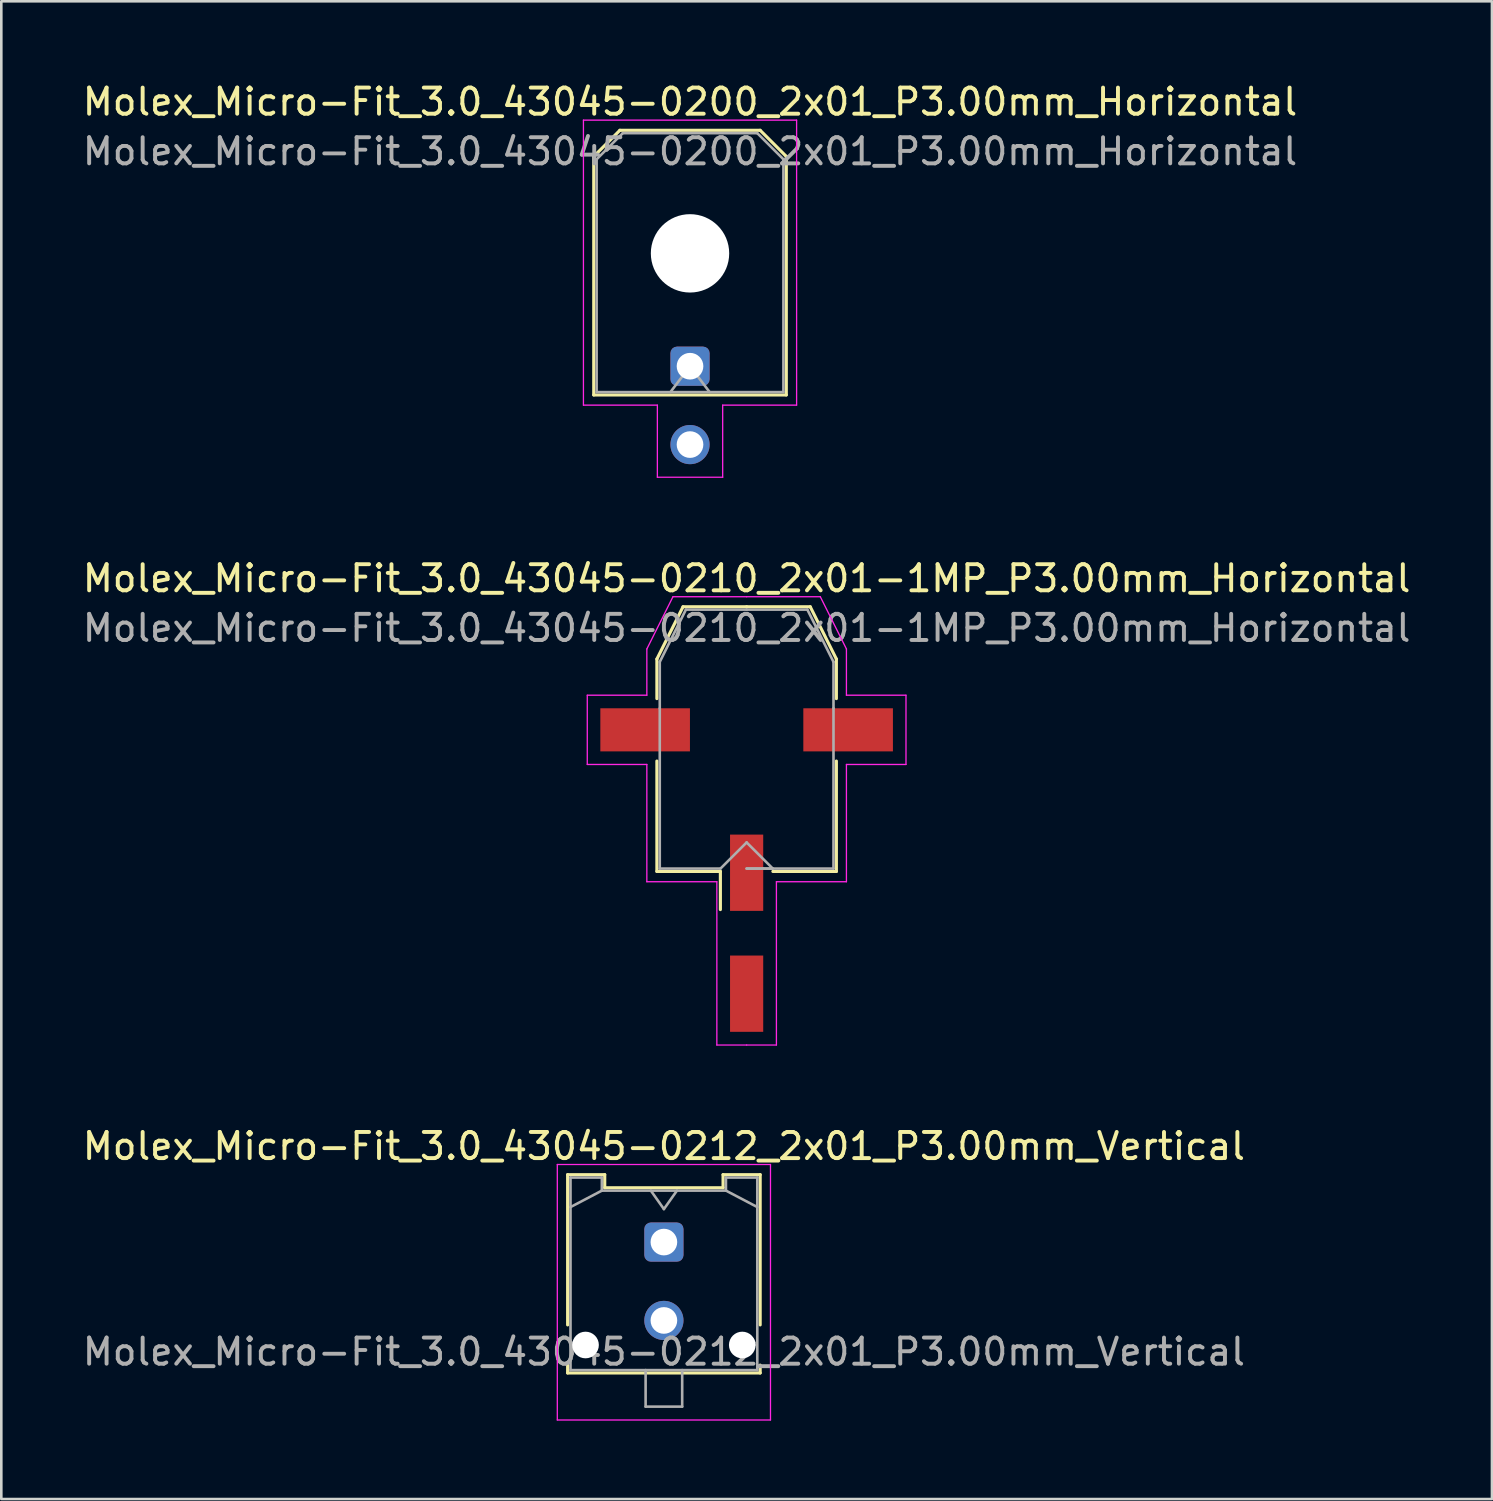
<source format=kicad_pcb>
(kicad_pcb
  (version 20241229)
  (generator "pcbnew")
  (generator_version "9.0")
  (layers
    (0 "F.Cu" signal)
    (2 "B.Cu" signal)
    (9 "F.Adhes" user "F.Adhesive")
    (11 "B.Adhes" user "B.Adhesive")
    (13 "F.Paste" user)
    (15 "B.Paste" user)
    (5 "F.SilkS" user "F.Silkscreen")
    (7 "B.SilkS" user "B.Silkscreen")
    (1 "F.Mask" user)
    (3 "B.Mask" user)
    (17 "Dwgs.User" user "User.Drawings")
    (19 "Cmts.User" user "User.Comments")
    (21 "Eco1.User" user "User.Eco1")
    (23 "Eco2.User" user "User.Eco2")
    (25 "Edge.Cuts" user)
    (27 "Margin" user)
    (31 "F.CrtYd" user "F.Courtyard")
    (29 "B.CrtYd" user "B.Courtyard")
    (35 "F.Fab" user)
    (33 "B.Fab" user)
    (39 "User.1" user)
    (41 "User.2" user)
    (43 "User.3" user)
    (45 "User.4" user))
  (footprint "Molex_Micro-Fit_3.0_43045-0200_2x01_P3.00mm_Horizontal"
    (layer "F.Cu")
    (at 23.363 10.968)
    (property "Reference" "Molex_Micro-Fit_3.0_43045-0200_2x01_P3.00mm_Horizontal" (at 0 -10.12 0) (layer "F.SilkS") (effects (font (size 1 1) (thickness 0.15))))
    (attr through_hole)
    (fp_line (start -3.685 -8.03) (end -2.685 -9.03) (stroke (width 0.12) (type solid)) (layer "F.SilkS"))
    (fp_line (start -3.685 1.1) (end -3.685 -8.03) (stroke (width 0.12) (type solid)) (layer "F.SilkS"))
    (fp_line (start -2.685 -9.03) (end 2.685 -9.03) (stroke (width 0.12) (type solid)) (layer "F.SilkS"))
    (fp_line (start 2.685 -9.03) (end 3.685 -8.03) (stroke (width 0.12) (type solid)) (layer "F.SilkS"))
    (fp_line (start 3.685 -8.03) (end 3.685 1.1) (stroke (width 0.12) (type solid)) (layer "F.SilkS"))
    (fp_line (start 3.685 1.1) (end -3.685 1.1) (stroke (width 0.12) (type solid)) (layer "F.SilkS"))
    (fp_line (start -4.08 -9.42) (end 4.08 -9.42) (stroke (width 0.05) (type solid)) (layer "F.CrtYd"))
    (fp_line (start -4.08 1.49) (end -4.08 -9.42) (stroke (width 0.05) (type solid)) (layer "F.CrtYd"))
    (fp_line (start -1.25 1.49) (end -4.08 1.49) (stroke (width 0.05) (type solid)) (layer "F.CrtYd"))
    (fp_line (start -1.25 4.25) (end -1.25 1.49) (stroke (width 0.05) (type solid)) (layer "F.CrtYd"))
    (fp_line (start 1.25 1.49) (end 1.25 4.25) (stroke (width 0.05) (type solid)) (layer "F.CrtYd"))
    (fp_line (start 1.25 4.25) (end -1.25 4.25) (stroke (width 0.05) (type solid)) (layer "F.CrtYd"))
    (fp_line (start 4.08 -9.42) (end 4.08 1.49) (stroke (width 0.05) (type solid)) (layer "F.CrtYd"))
    (fp_line (start 4.08 1.49) (end 1.25 1.49) (stroke (width 0.05) (type solid)) (layer "F.CrtYd"))
    (fp_line (start -3.575 -7.92) (end -2.575 -8.92) (stroke (width 0.1) (type solid)) (layer "F.Fab"))
    (fp_line (start -3.575 0.99) (end -3.575 -7.92) (stroke (width 0.1) (type solid)) (layer "F.Fab"))
    (fp_line (start -2.575 -8.92) (end 2.575 -8.92) (stroke (width 0.1) (type solid)) (layer "F.Fab"))
    (fp_line (start -0.75 0.99) (end 0 0) (stroke (width 0.1) (type solid)) (layer "F.Fab"))
    (fp_line (start 0 0) (end 0.75 0.99) (stroke (width 0.1) (type solid)) (layer "F.Fab"))
    (fp_line (start 2.575 -8.92) (end 3.575 -7.92) (stroke (width 0.1) (type solid)) (layer "F.Fab"))
    (fp_line (start 3.575 -7.92) (end 3.575 0.99) (stroke (width 0.1) (type solid)) (layer "F.Fab"))
    (fp_line (start 3.575 0.99) (end -3.575 0.99) (stroke (width 0.1) (type solid)) (layer "F.Fab"))
    (fp_text user "${REFERENCE}" (at 0 -8.22 0) (layer "F.Fab") (effects (font (size 1 1) (thickness 0.15))))
    (pad "" np_thru_hole circle (at 0 -4.32) (size 3 3) (drill 3) (layers "*.Cu" "*.Mask"))
    (pad "1" thru_hole roundrect (at 0 0) (size 1.5 1.5) (drill 1.02) (layers "*.Cu" "*.Mask") (roundrect_rratio 0.167))
    (pad "2" thru_hole circle (at 0 3) (size 1.5 1.5) (drill 1.02) (layers "*.Cu" "*.Mask")))
  (footprint "Molex_Micro-Fit_3.0_43045-0210_2x01-1MP_P3.00mm_Horizontal"
    (layer "F.Cu")
    (at 25.53 32.672)
    (property "Reference" "Molex_Micro-Fit_3.0_43045-0210_2x01-1MP_P3.00mm_Horizontal" (at 0 -13.58 0) (layer "F.SilkS") (effects (font (size 1 1) (thickness 0.15))))
    (attr smd)
    (fp_line (start -3.435 -10.495) (end -3.435 -8.98) (stroke (width 0.12) (type solid)) (layer "F.SilkS"))
    (fp_line (start -3.435 -6.59) (end -3.435 -2.365) (stroke (width 0.12) (type solid)) (layer "F.SilkS"))
    (fp_line (start -3.435 -2.365) (end -1.005 -2.365) (stroke (width 0.12) (type solid)) (layer "F.SilkS"))
    (fp_line (start -2.435 -12.495) (end -3.435 -10.495) (stroke (width 0.12) (type solid)) (layer "F.SilkS"))
    (fp_line (start -1.005 -2.365) (end -1.005 -0.905) (stroke (width 0.12) (type solid)) (layer "F.SilkS"))
    (fp_line (start 0 -12.495) (end -2.435 -12.495) (stroke (width 0.12) (type solid)) (layer "F.SilkS"))
    (fp_line (start 0 -12.495) (end 2.435 -12.495) (stroke (width 0.12) (type solid)) (layer "F.SilkS"))
    (fp_line (start 2.435 -12.495) (end 3.435 -10.495) (stroke (width 0.12) (type solid)) (layer "F.SilkS"))
    (fp_line (start 3.435 -10.495) (end 3.435 -8.98) (stroke (width 0.12) (type solid)) (layer "F.SilkS"))
    (fp_line (start 3.435 -6.59) (end 3.435 -2.365) (stroke (width 0.12) (type solid)) (layer "F.SilkS"))
    (fp_line (start 3.435 -2.365) (end 1.005 -2.365) (stroke (width 0.12) (type solid)) (layer "F.SilkS"))
    (fp_line (start -6.1 -9.11) (end -6.1 -6.46) (stroke (width 0.05) (type solid)) (layer "F.CrtYd"))
    (fp_line (start -6.1 -6.46) (end -3.82 -6.46) (stroke (width 0.05) (type solid)) (layer "F.CrtYd"))
    (fp_line (start -3.82 -10.88) (end -3.82 -9.11) (stroke (width 0.05) (type solid)) (layer "F.CrtYd"))
    (fp_line (start -3.82 -9.11) (end -6.1 -9.11) (stroke (width 0.05) (type solid)) (layer "F.CrtYd"))
    (fp_line (start -3.82 -6.46) (end -3.82 -1.97) (stroke (width 0.05) (type solid)) (layer "F.CrtYd"))
    (fp_line (start -3.82 -1.97) (end -1.14 -1.97) (stroke (width 0.05) (type solid)) (layer "F.CrtYd"))
    (fp_line (start -2.82 -12.88) (end -3.82 -10.88) (stroke (width 0.05) (type solid)) (layer "F.CrtYd"))
    (fp_line (start -1.14 -1.97) (end -1.14 4.28) (stroke (width 0.05) (type solid)) (layer "F.CrtYd"))
    (fp_line (start -1.14 4.28) (end 0 4.28) (stroke (width 0.05) (type solid)) (layer "F.CrtYd"))
    (fp_line (start 0 -12.88) (end -2.82 -12.88) (stroke (width 0.05) (type solid)) (layer "F.CrtYd"))
    (fp_line (start 0 -12.88) (end 2.82 -12.88) (stroke (width 0.05) (type solid)) (layer "F.CrtYd"))
    (fp_line (start 1.14 -1.97) (end 1.14 4.28) (stroke (width 0.05) (type solid)) (layer "F.CrtYd"))
    (fp_line (start 1.14 4.28) (end 0 4.28) (stroke (width 0.05) (type solid)) (layer "F.CrtYd"))
    (fp_line (start 2.82 -12.88) (end 3.82 -10.88) (stroke (width 0.05) (type solid)) (layer "F.CrtYd"))
    (fp_line (start 3.82 -10.88) (end 3.82 -9.11) (stroke (width 0.05) (type solid)) (layer "F.CrtYd"))
    (fp_line (start 3.82 -9.11) (end 6.1 -9.11) (stroke (width 0.05) (type solid)) (layer "F.CrtYd"))
    (fp_line (start 3.82 -6.46) (end 3.82 -1.97) (stroke (width 0.05) (type solid)) (layer "F.CrtYd"))
    (fp_line (start 3.82 -1.97) (end 1.14 -1.97) (stroke (width 0.05) (type solid)) (layer "F.CrtYd"))
    (fp_line (start 6.1 -9.11) (end 6.1 -6.46) (stroke (width 0.05) (type solid)) (layer "F.CrtYd"))
    (fp_line (start 6.1 -6.46) (end 3.82 -6.46) (stroke (width 0.05) (type solid)) (layer "F.CrtYd"))
    (fp_line (start -3.325 -10.385) (end -3.325 -8.61) (stroke (width 0.1) (type solid)) (layer "F.Fab"))
    (fp_line (start -3.325 -8.61) (end -3.325 -2.475) (stroke (width 0.1) (type solid)) (layer "F.Fab"))
    (fp_line (start -3.325 -2.475) (end -1 -2.475) (stroke (width 0.1) (type solid)) (layer "F.Fab"))
    (fp_line (start -2.325 -12.385) (end -3.325 -10.385) (stroke (width 0.1) (type solid)) (layer "F.Fab"))
    (fp_line (start -1 -2.475) (end 0 -3.475) (stroke (width 0.1) (type solid)) (layer "F.Fab"))
    (fp_line (start 0 -12.385) (end -2.325 -12.385) (stroke (width 0.1) (type solid)) (layer "F.Fab"))
    (fp_line (start 0 -12.385) (end 2.325 -12.385) (stroke (width 0.1) (type solid)) (layer "F.Fab"))
    (fp_line (start 0 -3.475) (end 1 -2.475) (stroke (width 0.1) (type solid)) (layer "F.Fab"))
    (fp_line (start 0.635 -2.475) (end 0 -2.475) (stroke (width 0.1) (type solid)) (layer "F.Fab"))
    (fp_line (start 1 -2.475) (end 0 -2.475) (stroke (width 0.1) (type solid)) (layer "F.Fab"))
    (fp_line (start 2.325 -12.385) (end 3.325 -10.385) (stroke (width 0.1) (type solid)) (layer "F.Fab"))
    (fp_line (start 3.325 -10.385) (end 3.325 -8.61) (stroke (width 0.1) (type solid)) (layer "F.Fab"))
    (fp_line (start 3.325 -8.61) (end 3.325 -2.475) (stroke (width 0.1) (type solid)) (layer "F.Fab"))
    (fp_line (start 3.325 -2.475) (end 0.635 -2.475) (stroke (width 0.1) (type solid)) (layer "F.Fab"))
    (fp_text user "${REFERENCE}" (at 0 -11.68 0) (layer "F.Fab") (effects (font (size 1 1) (thickness 0.15))))
    (pad "1" smd rect (at 0 -2.315) (size 1.27 2.92) (layers "F.Cu" "F.Mask" "F.Paste"))
    (pad "2" smd rect (at 0 2.315) (size 1.27 2.92) (layers "F.Cu" "F.Mask" "F.Paste"))
    (pad "MP" smd rect (at -3.885 -7.785) (size 3.43 1.65) (layers "F.Cu" "F.Mask" "F.Paste"))
    (pad "MP" smd rect (at 3.885 -7.785) (size 3.43 1.65) (layers "F.Cu" "F.Mask" "F.Paste")))
  (footprint "Molex_Micro-Fit_3.0_43045-0212_2x01_P3.00mm_Vertical"
    (layer "F.Cu")
    (at 22.363 44.495)
    (property "Reference" "Molex_Micro-Fit_3.0_43045-0212_2x01_P3.00mm_Vertical" (at 0 -3.67 0) (layer "F.SilkS") (effects (font (size 1 1) (thickness 0.15))))
    (attr through_hole)
    (fp_line (start -3.685 -2.58) (end -2.265 -2.58) (stroke (width 0.12) (type solid)) (layer "F.SilkS"))
    (fp_line (start -3.685 3.17) (end -3.685 -2.58) (stroke (width 0.12) (type solid)) (layer "F.SilkS"))
    (fp_line (start -3.685 4.71) (end -3.685 5.01) (stroke (width 0.12) (type solid)) (layer "F.SilkS"))
    (fp_line (start -3.685 5.01) (end 3.685 5.01) (stroke (width 0.12) (type solid)) (layer "F.SilkS"))
    (fp_line (start -2.265 -2.58) (end -2.265 -2.08) (stroke (width 0.12) (type solid)) (layer "F.SilkS"))
    (fp_line (start -2.265 -2.08) (end 2.265 -2.08) (stroke (width 0.12) (type solid)) (layer "F.SilkS"))
    (fp_line (start 2.265 -2.58) (end 3.685 -2.58) (stroke (width 0.12) (type solid)) (layer "F.SilkS"))
    (fp_line (start 2.265 -2.08) (end 2.265 -2.58) (stroke (width 0.12) (type solid)) (layer "F.SilkS"))
    (fp_line (start 3.685 -2.58) (end 3.685 3.17) (stroke (width 0.12) (type solid)) (layer "F.SilkS"))
    (fp_line (start 3.685 5.01) (end 3.685 4.71) (stroke (width 0.12) (type solid)) (layer "F.SilkS"))
    (fp_line (start -4.08 -2.97) (end 4.08 -2.97) (stroke (width 0.05) (type solid)) (layer "F.CrtYd"))
    (fp_line (start -4.08 6.81) (end -4.08 -2.97) (stroke (width 0.05) (type solid)) (layer "F.CrtYd"))
    (fp_line (start 4.08 -2.97) (end 4.08 6.81) (stroke (width 0.05) (type solid)) (layer "F.CrtYd"))
    (fp_line (start 4.08 6.81) (end -4.08 6.81) (stroke (width 0.05) (type solid)) (layer "F.CrtYd"))
    (fp_line (start -3.575 -2.47) (end -3.575 4.9) (stroke (width 0.1) (type solid)) (layer "F.Fab"))
    (fp_line (start -3.575 -1.34) (end -2.375 -1.97) (stroke (width 0.1) (type solid)) (layer "F.Fab"))
    (fp_line (start -3.575 4.9) (end 3.575 4.9) (stroke (width 0.1) (type solid)) (layer "F.Fab"))
    (fp_line (start -2.375 -2.47) (end -3.575 -2.47) (stroke (width 0.1) (type solid)) (layer "F.Fab"))
    (fp_line (start -2.375 -1.97) (end -2.375 -2.47) (stroke (width 0.1) (type solid)) (layer "F.Fab"))
    (fp_line (start -0.7 4.9) (end -0.7 6.3) (stroke (width 0.1) (type solid)) (layer "F.Fab"))
    (fp_line (start -0.7 6.3) (end 0.7 6.3) (stroke (width 0.1) (type solid)) (layer "F.Fab"))
    (fp_line (start -0.5 -1.97) (end 0 -1.263) (stroke (width 0.1) (type solid)) (layer "F.Fab"))
    (fp_line (start 0 -1.263) (end 0.5 -1.97) (stroke (width 0.1) (type solid)) (layer "F.Fab"))
    (fp_line (start 0.7 6.3) (end 0.7 4.9) (stroke (width 0.1) (type solid)) (layer "F.Fab"))
    (fp_line (start 2.375 -2.47) (end 2.375 -1.97) (stroke (width 0.1) (type solid)) (layer "F.Fab"))
    (fp_line (start 2.375 -1.97) (end -2.375 -1.97) (stroke (width 0.1) (type solid)) (layer "F.Fab"))
    (fp_line (start 3.575 -2.47) (end 2.375 -2.47) (stroke (width 0.1) (type solid)) (layer "F.Fab"))
    (fp_line (start 3.575 -1.34) (end 2.375 -1.97) (stroke (width 0.1) (type solid)) (layer "F.Fab"))
    (fp_line (start 3.575 4.9) (end 3.575 -2.47) (stroke (width 0.1) (type solid)) (layer "F.Fab"))
    (fp_text user "${REFERENCE}" (at 0 4.2 0) (layer "F.Fab") (effects (font (size 1 1) (thickness 0.15))))
    (pad "" np_thru_hole circle (at -3 3.94) (size 1.02 1.02) (drill 1.02) (layers "*.Cu" "*.Mask"))
    (pad "" np_thru_hole circle (at 3 3.94) (size 1.02 1.02) (drill 1.02) (layers "*.Cu" "*.Mask"))
    (pad "1" thru_hole roundrect (at 0 0) (size 1.5 1.5) (drill 1.02) (layers "*.Cu" "*.Mask") (roundrect_rratio 0.167))
    (pad "2" thru_hole circle (at 0 3) (size 1.5 1.5) (drill 1.02) (layers "*.Cu" "*.Mask")))
  (gr_rect
    (start -3 -3)
    (end 54.06 54.33)
    (stroke (width 0.1) (type default))
    (fill no)
    (layer "Edge.Cuts")))
</source>
